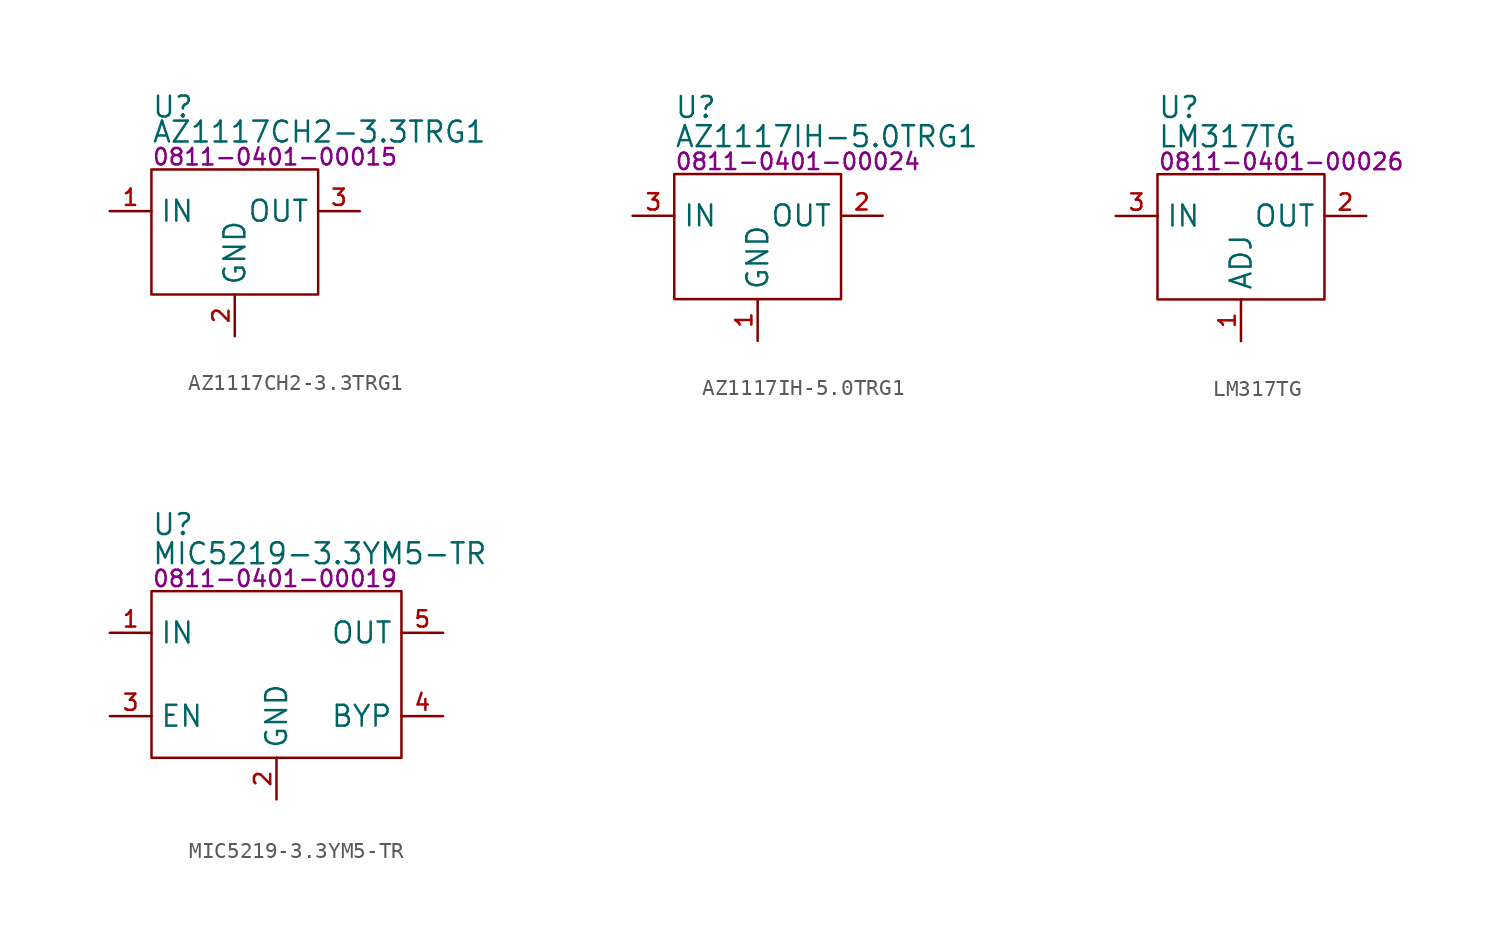
<source format=kicad_sym>
(kicad_symbol_lib
  (version 20231120)
  (generator "kicad_symbol_editor")
  (generator_version "8.0")
  (symbol "AZ1117CH2-3.3TRG1"
    (property "Reference" "U"
      (at 0 3.81 0)
      (effects (font (size 1.27 1.27)) (justify left)))
    (property "Value" "AZ1117CH2-3.3TRG1"
      (at 0 2.286 0)
      (effects (font (size 1.27 1.27)) (justify left)))
    (property "PartNumber" "0811-0401-00015"
      (at 0 0.762 0)
      (effects (font (size 1 1)) (justify left)))
    (symbol "AZ1117CH2-3.3TRG1_0_0"
      (pin power_in line (at -2.54 -2.54 0) (length 2.54) (name "IN" (effects (font (size 1.27 1.27)))) (number "1" (effects (font (size 0.991 0.991)))))
      (pin power_in line (at 5.08 -10.16 90) (length 2.54) (name "GND" (effects (font (size 1.27 1.27)))) (number "2" (effects (font (size 0.991 0.991)))))
      (pin power_out line (at 12.7 -2.54 180) (length 2.54) (name "OUT" (effects (font (size 1.27 1.27)))) (number "3" (effects (font (size 0.991 0.991)))))
      (pin power_in line (at 5.08 -10.16 90) (length 2.54) hide (name "GND" (effects (font (size 1.27 1.27)))) (number "4" (effects (font (size 0.991 0.991))))))
    (symbol "AZ1117CH2-3.3TRG1_0_1"
      (rectangle (start 0 0) (end 10.16 -7.62) (stroke (width 0) (type default)) (fill (type none)))))
  (symbol "AZ1117IH-5.0TRG1"
    (property "Reference" "U"
      (at 0 4.064 0)
      (effects (font (size 1.27 1.27)) (justify left)))
    (property "Value" "AZ1117IH-5.0TRG1"
      (at 0 2.286 0)
      (effects (font (size 1.27 1.27)) (justify left)))
    (property "PartNumber" "0811-0401-00024"
      (at 0 0.762 0)
      (effects (font (size 1 1)) (justify left)))
    (symbol "AZ1117IH-5.0TRG1_0_0"
      (pin unspecified line (at 5.08 -10.16 90) (length 2.54) (name "GND" (effects (font (size 1.27 1.27)))) (number "1" (effects (font (size 0.991 0.991)))))
      (pin unspecified line (at 12.7 -2.54 180) (length 2.54) (name "OUT" (effects (font (size 1.27 1.27)))) (number "2" (effects (font (size 0.991 0.991)))))
      (pin unspecified line (at -2.54 -2.54 0) (length 2.54) (name "IN" (effects (font (size 1.27 1.27)))) (number "3" (effects (font (size 0.991 0.991)))))
      (pin unspecified line (at 12.7 -2.54 180) (length 2.54) hide (name "OUT" (effects (font (size 1.27 1.27)))) (number "4" (effects (font (size 0.991 0.991))))))
    (symbol "AZ1117IH-5.0TRG1_0_1"
      (rectangle (start 0 0) (end 10.16 -7.62) (stroke (width 0) (type default)) (fill (type none)))))
  (symbol "LM317TG"
    (property "Reference" "U"
      (at 0 4.064 0)
      (effects (font (size 1.27 1.27)) (justify left)))
    (property "Value" "LM317TG"
      (at 0 2.286 0)
      (effects (font (size 1.27 1.27)) (justify left)))
    (property "PartNumber" "0811-0401-00026"
      (at 0 0.762 0)
      (effects (font (size 1 1)) (justify left)))
    (symbol "LM317TG_0_0"
      (pin input line (at 5.08 -10.16 90) (length 2.54) (name "ADJ" (effects (font (size 1.27 1.27)))) (number "1" (effects (font (size 0.991 0.991)))))
      (pin power_out line (at 12.7 -2.54 180) (length 2.54) (name "OUT" (effects (font (size 1.27 1.27)))) (number "2" (effects (font (size 0.991 0.991)))))
      (pin power_in line (at -2.54 -2.54 0) (length 2.54) (name "IN" (effects (font (size 1.27 1.27)))) (number "3" (effects (font (size 0.991 0.991))))))
    (symbol "LM317TG_0_1"
      (rectangle (start 0 0) (end 10.16 -7.62) (stroke (width 0) (type default)) (fill (type none)))))
  (symbol "MIC5219-3.3YM5-TR"
    (property "Reference" "U"
      (at 0 4.064 0)
      (effects (font (size 1.27 1.27)) (justify left)))
    (property "Value" "MIC5219-3.3YM5-TR"
      (at 0 2.286 0)
      (effects (font (size 1.27 1.27)) (justify left)))
    (property "PartNumber" "0811-0401-00019"
      (at 0 0.762 0)
      (effects (font (size 1 1)) (justify left)))
    (symbol "MIC5219-3.3YM5-TR_0_0"
      (pin power_in line (at -2.54 -2.54 0) (length 2.54) (name "IN" (effects (font (size 1.27 1.27)))) (number "1" (effects (font (size 0.991 0.991)))))
      (pin power_in line (at 7.62 -12.7 90) (length 2.54) (name "GND" (effects (font (size 1.27 1.27)))) (number "2" (effects (font (size 0.991 0.991)))))
      (pin input line (at -2.54 -7.62 0) (length 2.54) (name "EN" (effects (font (size 1.27 1.27)))) (number "3" (effects (font (size 0.991 0.991)))))
      (pin input line (at 17.78 -7.62 180) (length 2.54) (name "BYP" (effects (font (size 1.27 1.27)))) (number "4" (effects (font (size 0.991 0.991)))))
      (pin power_out line (at 17.78 -2.54 180) (length 2.54) (name "OUT" (effects (font (size 1.27 1.27)))) (number "5" (effects (font (size 0.991 0.991))))))
    (symbol "MIC5219-3.3YM5-TR_0_1"
      (rectangle (start 0 0) (end 15.24 -10.16) (stroke (width 0) (type default)) (fill (type none))))))
</source>
